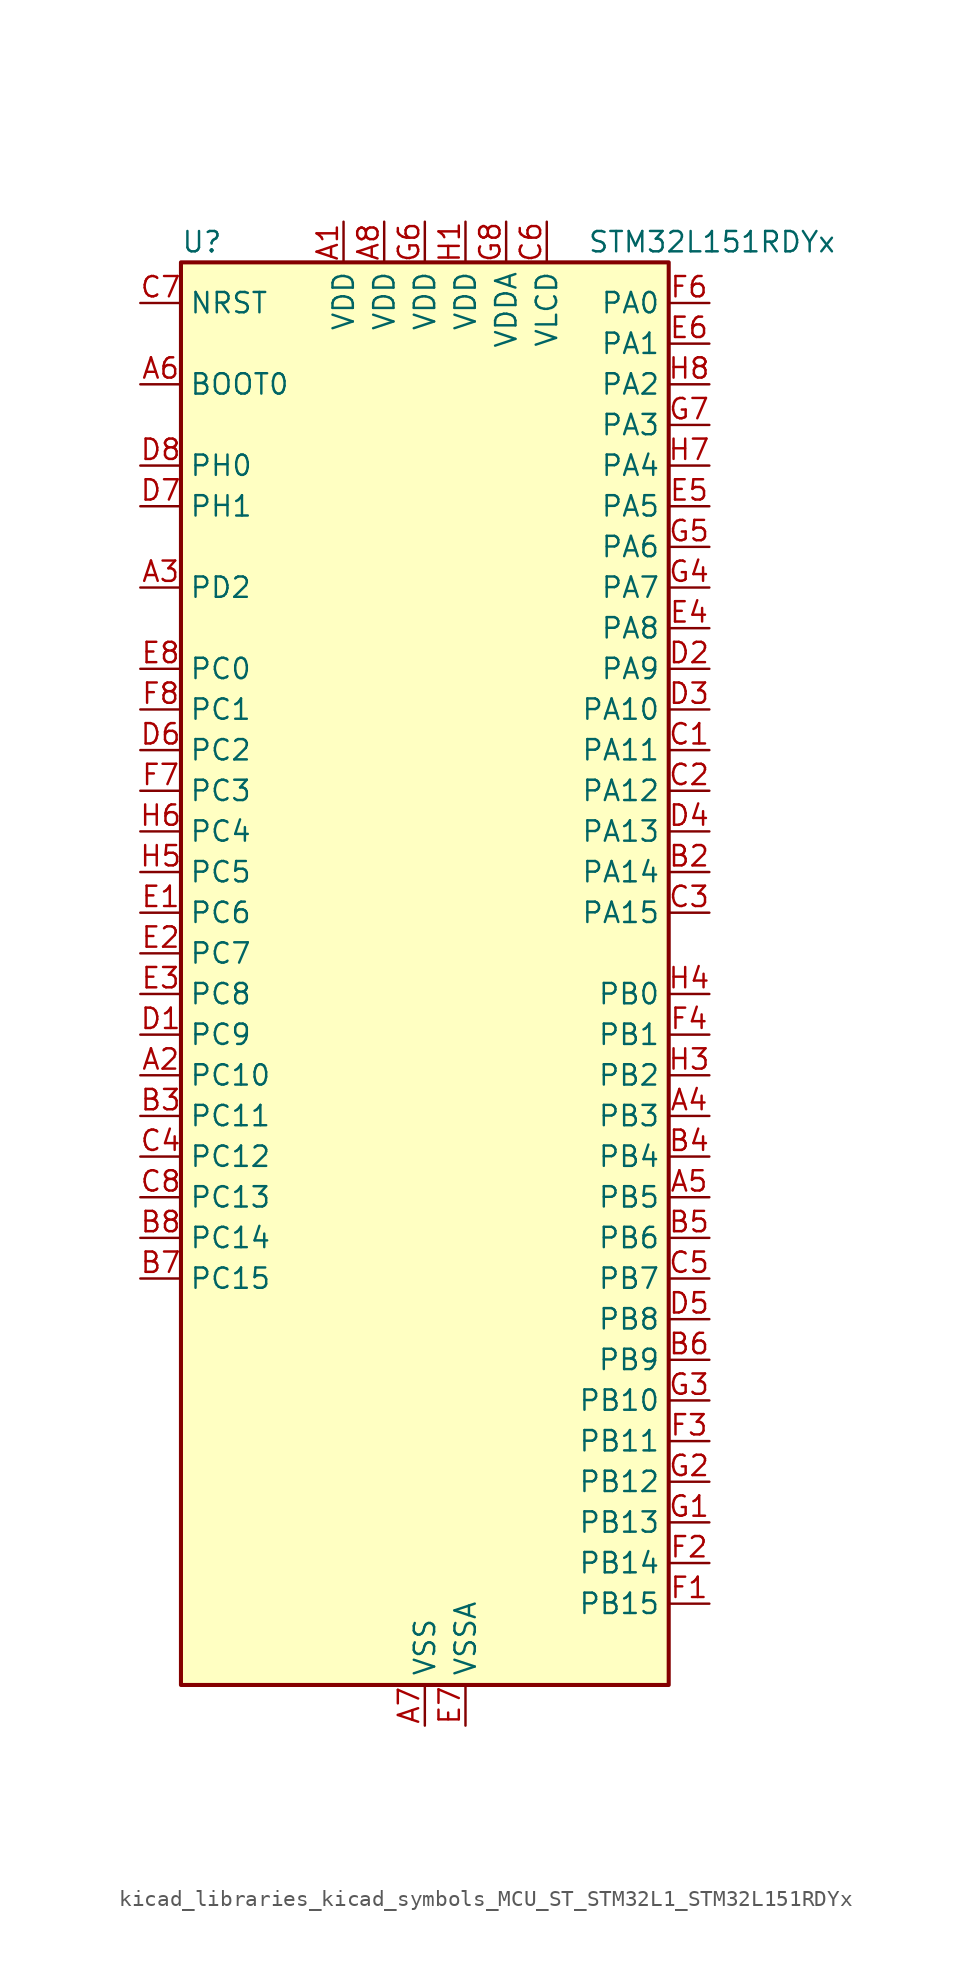
<source format=kicad_sym>
(kicad_symbol_lib
  (version 20220914)
  (generator kicad_symbol_editor)
  (symbol "kicad_libraries_kicad_symbols_MCU_ST_STM32L1_STM32L151RDYx"
    (property "Reference" "U"
      (at -15.24 46.99 0)
      (effects (font (size 1.27 1.27)) (justify left)))
    (property "Value" "STM32L151RDYx"
      (at 10.16 46.99 0)
      (effects (font (size 1.27 1.27)) (justify left)))
    (property "ki_locked" ""
      (at 0 0 0)
      (effects (font (size 1.27 1.27))))
    (symbol "kicad_libraries_kicad_symbols_MCU_ST_STM32L1_STM32L151RDYx_0_1"
      (rectangle (start -15.24 -43.18) (end 15.24 45.72) (stroke (width 0.254) (type default)) (fill (type background))))
    (symbol "kicad_libraries_kicad_symbols_MCU_ST_STM32L1_STM32L151RDYx_1_1"
      (pin power_in line (at -5.08 48.26 270) (length 2.54) (name "VDD" (effects (font (size 1.27 1.27)))) (number "A1" (effects (font (size 1.27 1.27)))))
      (pin bidirectional line (at -17.78 -5.08 0) (length 2.54) (name "PC10" (effects (font (size 1.27 1.27)))) (number "A2" (effects (font (size 1.27 1.27)))) (alternate "I2S3_CK" bidirectional line) (alternate "SDIO_D2" bidirectional line) (alternate "SPI3_SCK" bidirectional line) (alternate "TIMX_IC3" bidirectional line) (alternate "UART4_TX" bidirectional line) (alternate "USART3_TX" bidirectional line))
      (pin bidirectional line (at -17.78 25.4 0) (length 2.54) (name "PD2" (effects (font (size 1.27 1.27)))) (number "A3" (effects (font (size 1.27 1.27)))) (alternate "SDIO_CMD" bidirectional line) (alternate "TIM3_ETR" bidirectional line) (alternate "TIMX_IC3" bidirectional line) (alternate "UART5_RX" bidirectional line))
      (pin bidirectional line (at 17.78 -7.62 180) (length 2.54) (name "PB3" (effects (font (size 1.27 1.27)))) (number "A4" (effects (font (size 1.27 1.27)))) (alternate "COMP2_INM" bidirectional line) (alternate "I2S3_CK" bidirectional line) (alternate "SPI1_SCK" bidirectional line) (alternate "SPI3_SCK" bidirectional line) (alternate "SYS_JTDO-TRACESWO" bidirectional line) (alternate "TIM2_CH2" bidirectional line))
      (pin bidirectional line (at 17.78 -12.7 180) (length 2.54) (name "PB5" (effects (font (size 1.27 1.27)))) (number "A5" (effects (font (size 1.27 1.27)))) (alternate "COMP2_INP" bidirectional line) (alternate "I2C1_SMBA" bidirectional line) (alternate "I2S3_SD" bidirectional line) (alternate "SPI1_MOSI" bidirectional line) (alternate "SPI3_MOSI" bidirectional line) (alternate "TIM3_CH2" bidirectional line) (alternate "TS_G6_IO2" bidirectional line))
      (pin input line (at -17.78 38.1 0) (length 2.54) (name "BOOT0" (effects (font (size 1.27 1.27)))) (number "A6" (effects (font (size 1.27 1.27)))))
      (pin power_in line (at 0 -45.72 90) (length 2.54) (name "VSS" (effects (font (size 1.27 1.27)))) (number "A7" (effects (font (size 1.27 1.27)))))
      (pin power_in line (at -2.54 48.26 270) (length 2.54) (name "VDD" (effects (font (size 1.27 1.27)))) (number "A8" (effects (font (size 1.27 1.27)))))
      (pin passive line (at 0 -45.72 90) (length 2.54) hide (name "VSS" (effects (font (size 1.27 1.27)))) (number "B1" (effects (font (size 1.27 1.27)))))
      (pin bidirectional line (at 17.78 7.62 180) (length 2.54) (name "PA14" (effects (font (size 1.27 1.27)))) (number "B2" (effects (font (size 1.27 1.27)))) (alternate "SYS_JTCK-SWCLK" bidirectional line) (alternate "TIMX_IC3" bidirectional line) (alternate "TS_G5_IO2" bidirectional line))
      (pin bidirectional line (at -17.78 -7.62 0) (length 2.54) (name "PC11" (effects (font (size 1.27 1.27)))) (number "B3" (effects (font (size 1.27 1.27)))) (alternate "ADC_EXTI11" bidirectional line) (alternate "SDIO_D3" bidirectional line) (alternate "SPI3_MISO" bidirectional line) (alternate "TIMX_IC4" bidirectional line) (alternate "UART4_RX" bidirectional line) (alternate "USART3_RX" bidirectional line))
      (pin bidirectional line (at 17.78 -10.16 180) (length 2.54) (name "PB4" (effects (font (size 1.27 1.27)))) (number "B4" (effects (font (size 1.27 1.27)))) (alternate "COMP2_INP" bidirectional line) (alternate "SPI1_MISO" bidirectional line) (alternate "SPI3_MISO" bidirectional line) (alternate "SYS_JTRST" bidirectional line) (alternate "TIM3_CH1" bidirectional line) (alternate "TS_G6_IO1" bidirectional line))
      (pin bidirectional line (at 17.78 -15.24 180) (length 2.54) (name "PB6" (effects (font (size 1.27 1.27)))) (number "B5" (effects (font (size 1.27 1.27)))) (alternate "COMP2_INP" bidirectional line) (alternate "I2C1_SCL" bidirectional line) (alternate "TIM4_CH1" bidirectional line) (alternate "TS_G6_IO3" bidirectional line) (alternate "USART1_TX" bidirectional line))
      (pin bidirectional line (at 17.78 -22.86 180) (length 2.54) (name "PB9" (effects (font (size 1.27 1.27)))) (number "B6" (effects (font (size 1.27 1.27)))) (alternate "DAC_EXTI9" bidirectional line) (alternate "I2C1_SDA" bidirectional line) (alternate "SDIO_D5" bidirectional line) (alternate "TIM11_CH1" bidirectional line) (alternate "TIM4_CH4" bidirectional line))
      (pin bidirectional line (at -17.78 -17.78 0) (length 2.54) (name "PC15" (effects (font (size 1.27 1.27)))) (number "B7" (effects (font (size 1.27 1.27)))) (alternate "ADC_EXTI15" bidirectional line) (alternate "RCC_OSC32_OUT" bidirectional line) (alternate "TIMX_IC4" bidirectional line))
      (pin bidirectional line (at -17.78 -15.24 0) (length 2.54) (name "PC14" (effects (font (size 1.27 1.27)))) (number "B8" (effects (font (size 1.27 1.27)))) (alternate "RCC_OSC32_IN" bidirectional line) (alternate "TIMX_IC3" bidirectional line))
      (pin bidirectional line (at 17.78 15.24 180) (length 2.54) (name "PA11" (effects (font (size 1.27 1.27)))) (number "C1" (effects (font (size 1.27 1.27)))) (alternate "ADC_EXTI11" bidirectional line) (alternate "SPI1_MISO" bidirectional line) (alternate "TIMX_IC4" bidirectional line) (alternate "USART1_CTS" bidirectional line) (alternate "USB_DM" bidirectional line))
      (pin bidirectional line (at 17.78 12.7 180) (length 2.54) (name "PA12" (effects (font (size 1.27 1.27)))) (number "C2" (effects (font (size 1.27 1.27)))) (alternate "SPI1_MOSI" bidirectional line) (alternate "TIMX_IC1" bidirectional line) (alternate "USART1_RTS" bidirectional line) (alternate "USB_DP" bidirectional line))
      (pin bidirectional line (at 17.78 5.08 180) (length 2.54) (name "PA15" (effects (font (size 1.27 1.27)))) (number "C3" (effects (font (size 1.27 1.27)))) (alternate "ADC_EXTI15" bidirectional line) (alternate "I2S3_WS" bidirectional line) (alternate "SPI1_NSS" bidirectional line) (alternate "SPI3_NSS" bidirectional line) (alternate "SYS_JTDI" bidirectional line) (alternate "TIM2_CH1" bidirectional line) (alternate "TIM2_ETR" bidirectional line) (alternate "TIMX_IC4" bidirectional line) (alternate "TS_G5_IO3" bidirectional line))
      (pin bidirectional line (at -17.78 -10.16 0) (length 2.54) (name "PC12" (effects (font (size 1.27 1.27)))) (number "C4" (effects (font (size 1.27 1.27)))) (alternate "I2S3_SD" bidirectional line) (alternate "SDIO_CK" bidirectional line) (alternate "SPI3_MOSI" bidirectional line) (alternate "TIMX_IC1" bidirectional line) (alternate "UART5_TX" bidirectional line) (alternate "USART3_CK" bidirectional line))
      (pin bidirectional line (at 17.78 -17.78 180) (length 2.54) (name "PB7" (effects (font (size 1.27 1.27)))) (number "C5" (effects (font (size 1.27 1.27)))) (alternate "COMP2_INP" bidirectional line) (alternate "I2C1_SDA" bidirectional line) (alternate "SYS_PVD_IN" bidirectional line) (alternate "TIM4_CH2" bidirectional line) (alternate "TS_G6_IO4" bidirectional line) (alternate "USART1_RX" bidirectional line))
      (pin power_in line (at 7.62 48.26 270) (length 2.54) (name "VLCD" (effects (font (size 1.27 1.27)))) (number "C6" (effects (font (size 1.27 1.27)))))
      (pin input line (at -17.78 43.18 0) (length 2.54) (name "NRST" (effects (font (size 1.27 1.27)))) (number "C7" (effects (font (size 1.27 1.27)))))
      (pin bidirectional line (at -17.78 -12.7 0) (length 2.54) (name "PC13" (effects (font (size 1.27 1.27)))) (number "C8" (effects (font (size 1.27 1.27)))) (alternate "RTC_OUT_ALARM" bidirectional line) (alternate "RTC_OUT_CALIB" bidirectional line) (alternate "RTC_TAMP1" bidirectional line) (alternate "RTC_TS" bidirectional line) (alternate "SYS_WKUP2" bidirectional line) (alternate "TIMX_IC2" bidirectional line))
      (pin bidirectional line (at -17.78 -2.54 0) (length 2.54) (name "PC9" (effects (font (size 1.27 1.27)))) (number "D1" (effects (font (size 1.27 1.27)))) (alternate "DAC_EXTI9" bidirectional line) (alternate "SDIO_D1" bidirectional line) (alternate "TIM3_CH4" bidirectional line) (alternate "TIMX_IC2" bidirectional line) (alternate "TS_G10_IO4" bidirectional line))
      (pin bidirectional line (at 17.78 20.32 180) (length 2.54) (name "PA9" (effects (font (size 1.27 1.27)))) (number "D2" (effects (font (size 1.27 1.27)))) (alternate "DAC_EXTI9" bidirectional line) (alternate "TIMX_IC2" bidirectional line) (alternate "TS_G4_IO2" bidirectional line) (alternate "USART1_TX" bidirectional line))
      (pin bidirectional line (at 17.78 17.78 180) (length 2.54) (name "PA10" (effects (font (size 1.27 1.27)))) (number "D3" (effects (font (size 1.27 1.27)))) (alternate "TIMX_IC3" bidirectional line) (alternate "TS_G4_IO3" bidirectional line) (alternate "USART1_RX" bidirectional line))
      (pin bidirectional line (at 17.78 10.16 180) (length 2.54) (name "PA13" (effects (font (size 1.27 1.27)))) (number "D4" (effects (font (size 1.27 1.27)))) (alternate "SYS_JTMS-SWDIO" bidirectional line) (alternate "TIMX_IC2" bidirectional line) (alternate "TS_G5_IO1" bidirectional line))
      (pin bidirectional line (at 17.78 -20.32 180) (length 2.54) (name "PB8" (effects (font (size 1.27 1.27)))) (number "D5" (effects (font (size 1.27 1.27)))) (alternate "I2C1_SCL" bidirectional line) (alternate "SDIO_D4" bidirectional line) (alternate "TIM10_CH1" bidirectional line) (alternate "TIM4_CH3" bidirectional line))
      (pin bidirectional line (at -17.78 15.24 0) (length 2.54) (name "PC2" (effects (font (size 1.27 1.27)))) (number "D6" (effects (font (size 1.27 1.27)))) (alternate "ADC_IN12" bidirectional line) (alternate "COMP1_INP" bidirectional line) (alternate "OPAMP3_VINM" bidirectional line) (alternate "TIMX_IC3" bidirectional line) (alternate "TS_G8_IO3" bidirectional line))
      (pin bidirectional line (at -17.78 30.48 0) (length 2.54) (name "PH1" (effects (font (size 1.27 1.27)))) (number "D7" (effects (font (size 1.27 1.27)))) (alternate "RCC_OSC_OUT" bidirectional line))
      (pin bidirectional line (at -17.78 33.02 0) (length 2.54) (name "PH0" (effects (font (size 1.27 1.27)))) (number "D8" (effects (font (size 1.27 1.27)))) (alternate "RCC_OSC_IN" bidirectional line))
      (pin bidirectional line (at -17.78 5.08 0) (length 2.54) (name "PC6" (effects (font (size 1.27 1.27)))) (number "E1" (effects (font (size 1.27 1.27)))) (alternate "I2S2_MCK" bidirectional line) (alternate "SDIO_D6" bidirectional line) (alternate "TIM3_CH1" bidirectional line) (alternate "TIMX_IC3" bidirectional line) (alternate "TS_G10_IO1" bidirectional line))
      (pin bidirectional line (at -17.78 2.54 0) (length 2.54) (name "PC7" (effects (font (size 1.27 1.27)))) (number "E2" (effects (font (size 1.27 1.27)))) (alternate "I2S3_MCK" bidirectional line) (alternate "SDIO_D7" bidirectional line) (alternate "TIM3_CH2" bidirectional line) (alternate "TIMX_IC4" bidirectional line) (alternate "TS_G10_IO2" bidirectional line))
      (pin bidirectional line (at -17.78 0 0) (length 2.54) (name "PC8" (effects (font (size 1.27 1.27)))) (number "E3" (effects (font (size 1.27 1.27)))) (alternate "SDIO_D0" bidirectional line) (alternate "TIM3_CH3" bidirectional line) (alternate "TIMX_IC1" bidirectional line) (alternate "TS_G10_IO3" bidirectional line))
      (pin bidirectional line (at 17.78 22.86 180) (length 2.54) (name "PA8" (effects (font (size 1.27 1.27)))) (number "E4" (effects (font (size 1.27 1.27)))) (alternate "RCC_MCO" bidirectional line) (alternate "TIMX_IC1" bidirectional line) (alternate "TS_G4_IO1" bidirectional line) (alternate "USART1_CK" bidirectional line))
      (pin bidirectional line (at 17.78 30.48 180) (length 2.54) (name "PA5" (effects (font (size 1.27 1.27)))) (number "E5" (effects (font (size 1.27 1.27)))) (alternate "ADC_IN5" bidirectional line) (alternate "COMP1_INP" bidirectional line) (alternate "DAC_OUT2" bidirectional line) (alternate "SPI1_SCK" bidirectional line) (alternate "TIM2_CH1" bidirectional line) (alternate "TIM2_ETR" bidirectional line) (alternate "TIMX_IC2" bidirectional line))
      (pin bidirectional line (at 17.78 40.64 180) (length 2.54) (name "PA1" (effects (font (size 1.27 1.27)))) (number "E6" (effects (font (size 1.27 1.27)))) (alternate "ADC_IN1" bidirectional line) (alternate "COMP1_INP" bidirectional line) (alternate "OPAMP1_VINP" bidirectional line) (alternate "TIM2_CH2" bidirectional line) (alternate "TIM5_CH2" bidirectional line) (alternate "TIMX_IC2" bidirectional line) (alternate "TS_G1_IO2" bidirectional line) (alternate "USART2_RTS" bidirectional line))
      (pin power_in line (at 2.54 -45.72 90) (length 2.54) (name "VSSA" (effects (font (size 1.27 1.27)))) (number "E7" (effects (font (size 1.27 1.27)))))
      (pin bidirectional line (at -17.78 20.32 0) (length 2.54) (name "PC0" (effects (font (size 1.27 1.27)))) (number "E8" (effects (font (size 1.27 1.27)))) (alternate "ADC_IN10" bidirectional line) (alternate "COMP1_INP" bidirectional line) (alternate "TIMX_IC1" bidirectional line) (alternate "TS_G8_IO1" bidirectional line))
      (pin bidirectional line (at 17.78 -38.1 180) (length 2.54) (name "PB15" (effects (font (size 1.27 1.27)))) (number "F1" (effects (font (size 1.27 1.27)))) (alternate "ADC_EXTI15" bidirectional line) (alternate "ADC_IN21" bidirectional line) (alternate "COMP1_INP" bidirectional line) (alternate "I2S2_SD" bidirectional line) (alternate "RTC_REFIN" bidirectional line) (alternate "SPI2_MOSI" bidirectional line) (alternate "TIM11_CH1" bidirectional line) (alternate "TS_G7_IO4" bidirectional line))
      (pin bidirectional line (at 17.78 -35.56 180) (length 2.54) (name "PB14" (effects (font (size 1.27 1.27)))) (number "F2" (effects (font (size 1.27 1.27)))) (alternate "ADC_IN20" bidirectional line) (alternate "COMP1_INP" bidirectional line) (alternate "SPI2_MISO" bidirectional line) (alternate "TIM9_CH2" bidirectional line) (alternate "TS_G7_IO3" bidirectional line) (alternate "USART3_RTS" bidirectional line))
      (pin bidirectional line (at 17.78 -27.94 180) (length 2.54) (name "PB11" (effects (font (size 1.27 1.27)))) (number "F3" (effects (font (size 1.27 1.27)))) (alternate "ADC_EXTI11" bidirectional line) (alternate "I2C2_SDA" bidirectional line) (alternate "TIM2_CH4" bidirectional line) (alternate "USART3_RX" bidirectional line))
      (pin bidirectional line (at 17.78 -2.54 180) (length 2.54) (name "PB1" (effects (font (size 1.27 1.27)))) (number "F4" (effects (font (size 1.27 1.27)))) (alternate "ADC_IN9" bidirectional line) (alternate "COMP1_INP" bidirectional line) (alternate "SYS_V_REF_OUT" bidirectional line) (alternate "TIM3_CH4" bidirectional line) (alternate "TS_G3_IO2" bidirectional line))
      (pin passive line (at 0 -45.72 90) (length 2.54) hide (name "VSS" (effects (font (size 1.27 1.27)))) (number "F5" (effects (font (size 1.27 1.27)))))
      (pin bidirectional line (at 17.78 43.18 180) (length 2.54) (name "PA0" (effects (font (size 1.27 1.27)))) (number "F6" (effects (font (size 1.27 1.27)))) (alternate "ADC_IN0" bidirectional line) (alternate "COMP1_INP" bidirectional line) (alternate "RTC_TAMP2" bidirectional line) (alternate "SYS_WKUP1" bidirectional line) (alternate "TIM2_CH1" bidirectional line) (alternate "TIM2_ETR" bidirectional line) (alternate "TIM5_CH1" bidirectional line) (alternate "TIMX_IC1" bidirectional line) (alternate "TS_G1_IO1" bidirectional line) (alternate "USART2_CTS" bidirectional line))
      (pin bidirectional line (at -17.78 12.7 0) (length 2.54) (name "PC3" (effects (font (size 1.27 1.27)))) (number "F7" (effects (font (size 1.27 1.27)))) (alternate "ADC_IN13" bidirectional line) (alternate "COMP1_INP" bidirectional line) (alternate "OPAMP3_VOUT" bidirectional line) (alternate "TIMX_IC4" bidirectional line) (alternate "TS_G8_IO4" bidirectional line))
      (pin bidirectional line (at -17.78 17.78 0) (length 2.54) (name "PC1" (effects (font (size 1.27 1.27)))) (number "F8" (effects (font (size 1.27 1.27)))) (alternate "ADC_IN11" bidirectional line) (alternate "COMP1_INP" bidirectional line) (alternate "OPAMP3_VINP" bidirectional line) (alternate "TIMX_IC2" bidirectional line) (alternate "TS_G8_IO2" bidirectional line))
      (pin bidirectional line (at 17.78 -33.02 180) (length 2.54) (name "PB13" (effects (font (size 1.27 1.27)))) (number "G1" (effects (font (size 1.27 1.27)))) (alternate "ADC_IN19" bidirectional line) (alternate "COMP1_INP" bidirectional line) (alternate "I2S2_CK" bidirectional line) (alternate "SPI2_SCK" bidirectional line) (alternate "TIM9_CH1" bidirectional line) (alternate "TS_G7_IO2" bidirectional line) (alternate "USART3_CTS" bidirectional line))
      (pin bidirectional line (at 17.78 -30.48 180) (length 2.54) (name "PB12" (effects (font (size 1.27 1.27)))) (number "G2" (effects (font (size 1.27 1.27)))) (alternate "ADC_IN18" bidirectional line) (alternate "COMP1_INP" bidirectional line) (alternate "I2C2_SMBA" bidirectional line) (alternate "I2S2_WS" bidirectional line) (alternate "SPI2_NSS" bidirectional line) (alternate "TIM10_CH1" bidirectional line) (alternate "TS_G7_IO1" bidirectional line) (alternate "USART3_CK" bidirectional line))
      (pin bidirectional line (at 17.78 -25.4 180) (length 2.54) (name "PB10" (effects (font (size 1.27 1.27)))) (number "G3" (effects (font (size 1.27 1.27)))) (alternate "I2C2_SCL" bidirectional line) (alternate "TIM2_CH3" bidirectional line) (alternate "USART3_TX" bidirectional line))
      (pin bidirectional line (at 17.78 25.4 180) (length 2.54) (name "PA7" (effects (font (size 1.27 1.27)))) (number "G4" (effects (font (size 1.27 1.27)))) (alternate "ADC_IN7" bidirectional line) (alternate "COMP1_INP" bidirectional line) (alternate "OPAMP2_VINM" bidirectional line) (alternate "SPI1_MOSI" bidirectional line) (alternate "TIM11_CH1" bidirectional line) (alternate "TIM3_CH2" bidirectional line) (alternate "TIMX_IC4" bidirectional line) (alternate "TS_G2_IO2" bidirectional line))
      (pin bidirectional line (at 17.78 27.94 180) (length 2.54) (name "PA6" (effects (font (size 1.27 1.27)))) (number "G5" (effects (font (size 1.27 1.27)))) (alternate "ADC_IN6" bidirectional line) (alternate "COMP1_INP" bidirectional line) (alternate "OPAMP2_VINP" bidirectional line) (alternate "SPI1_MISO" bidirectional line) (alternate "TIM10_CH1" bidirectional line) (alternate "TIM3_CH1" bidirectional line) (alternate "TIMX_IC3" bidirectional line) (alternate "TS_G2_IO1" bidirectional line))
      (pin power_in line (at 0 48.26 270) (length 2.54) (name "VDD" (effects (font (size 1.27 1.27)))) (number "G6" (effects (font (size 1.27 1.27)))))
      (pin bidirectional line (at 17.78 35.56 180) (length 2.54) (name "PA3" (effects (font (size 1.27 1.27)))) (number "G7" (effects (font (size 1.27 1.27)))) (alternate "ADC_IN3" bidirectional line) (alternate "COMP1_INP" bidirectional line) (alternate "OPAMP1_VOUT" bidirectional line) (alternate "TIM2_CH4" bidirectional line) (alternate "TIM5_CH4" bidirectional line) (alternate "TIM9_CH2" bidirectional line) (alternate "TIMX_IC4" bidirectional line) (alternate "TS_G1_IO4" bidirectional line) (alternate "USART2_RX" bidirectional line))
      (pin power_in line (at 5.08 48.26 270) (length 2.54) (name "VDDA" (effects (font (size 1.27 1.27)))) (number "G8" (effects (font (size 1.27 1.27)))))
      (pin power_in line (at 2.54 48.26 270) (length 2.54) (name "VDD" (effects (font (size 1.27 1.27)))) (number "H1" (effects (font (size 1.27 1.27)))))
      (pin passive line (at 0 -45.72 90) (length 2.54) hide (name "VSS" (effects (font (size 1.27 1.27)))) (number "H2" (effects (font (size 1.27 1.27)))))
      (pin bidirectional line (at 17.78 -5.08 180) (length 2.54) (name "PB2" (effects (font (size 1.27 1.27)))) (number "H3" (effects (font (size 1.27 1.27)))) (alternate "TS_G3_IO3" bidirectional line))
      (pin bidirectional line (at 17.78 0 180) (length 2.54) (name "PB0" (effects (font (size 1.27 1.27)))) (number "H4" (effects (font (size 1.27 1.27)))) (alternate "ADC_IN8" bidirectional line) (alternate "COMP1_INP" bidirectional line) (alternate "OPAMP2_VOUT" bidirectional line) (alternate "SYS_V_REF_OUT" bidirectional line) (alternate "TIM3_CH3" bidirectional line) (alternate "TS_G3_IO1" bidirectional line))
      (pin bidirectional line (at -17.78 7.62 0) (length 2.54) (name "PC5" (effects (font (size 1.27 1.27)))) (number "H5" (effects (font (size 1.27 1.27)))) (alternate "ADC_IN15" bidirectional line) (alternate "COMP1_INP" bidirectional line) (alternate "TIMX_IC2" bidirectional line) (alternate "TS_G9_IO2" bidirectional line))
      (pin bidirectional line (at -17.78 10.16 0) (length 2.54) (name "PC4" (effects (font (size 1.27 1.27)))) (number "H6" (effects (font (size 1.27 1.27)))) (alternate "ADC_IN14" bidirectional line) (alternate "COMP1_INP" bidirectional line) (alternate "TIMX_IC1" bidirectional line) (alternate "TS_G9_IO1" bidirectional line))
      (pin bidirectional line (at 17.78 33.02 180) (length 2.54) (name "PA4" (effects (font (size 1.27 1.27)))) (number "H7" (effects (font (size 1.27 1.27)))) (alternate "ADC_IN4" bidirectional line) (alternate "COMP1_INP" bidirectional line) (alternate "DAC_OUT1" bidirectional line) (alternate "I2S3_WS" bidirectional line) (alternate "SPI1_NSS" bidirectional line) (alternate "SPI3_NSS" bidirectional line) (alternate "TIMX_IC1" bidirectional line) (alternate "USART2_CK" bidirectional line))
      (pin bidirectional line (at 17.78 38.1 180) (length 2.54) (name "PA2" (effects (font (size 1.27 1.27)))) (number "H8" (effects (font (size 1.27 1.27)))) (alternate "ADC_IN2" bidirectional line) (alternate "COMP1_INP" bidirectional line) (alternate "OPAMP1_VINM" bidirectional line) (alternate "TIM2_CH3" bidirectional line) (alternate "TIM5_CH3" bidirectional line) (alternate "TIM9_CH1" bidirectional line) (alternate "TIMX_IC3" bidirectional line) (alternate "TS_G1_IO3" bidirectional line) (alternate "USART2_TX" bidirectional line)))))
</source>
